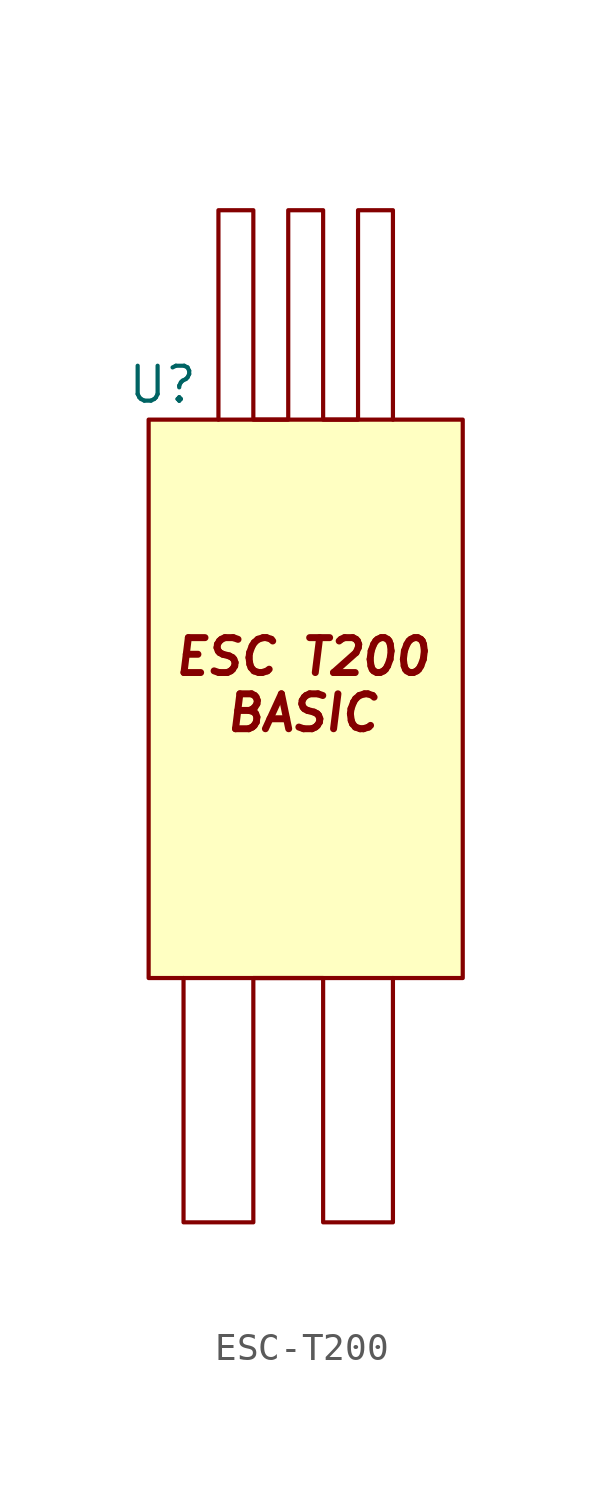
<source format=kicad_sym>
(kicad_symbol_lib
  (version 20231120)
  (generator "kicad_symbol_editor")
  (generator_version "8.0")
  (symbol "ESC-T200"
    (property "Reference" "U"
      (at -4.572 10.16 0)
      (effects (font (size 1.27 1.27))))
    (property "Value" ""
      (at 0 0 0)
      (effects (font (size 1.27 1.27))))
    (symbol "ESC-T200_1_1"
      (rectangle (start -5.08 8.89) (end 6.35 -11.43) (stroke (width 0) (type default)) (fill (type background)))
      (polyline (pts (xy -3.81 -11.43) (xy -3.81 -20.32) (xy -1.27 -20.32) (xy -1.27 -11.43) (xy 1.27 -11.43) (xy 1.27 -20.32) (xy 3.81 -20.32) (xy 3.81 -11.43)) (stroke (width 0) (type default)) (fill (type none)))
      (polyline (pts (xy -2.54 8.89) (xy -2.54 16.51) (xy -1.27 16.51) (xy -1.27 8.89) (xy 0 8.89) (xy 0 16.51) (xy 1.27 16.51) (xy 1.27 8.89) (xy 2.54 8.89) (xy 2.54 16.51) (xy 3.81 16.51) (xy 3.81 8.89)) (stroke (width 0) (type default)) (fill (type none)))
      (text "ESC T200\nBASIC\n" (at 0.508 -0.762 0) (effects (font (size 1.27 1.27) (bold yes) (italic yes)))))))
</source>
